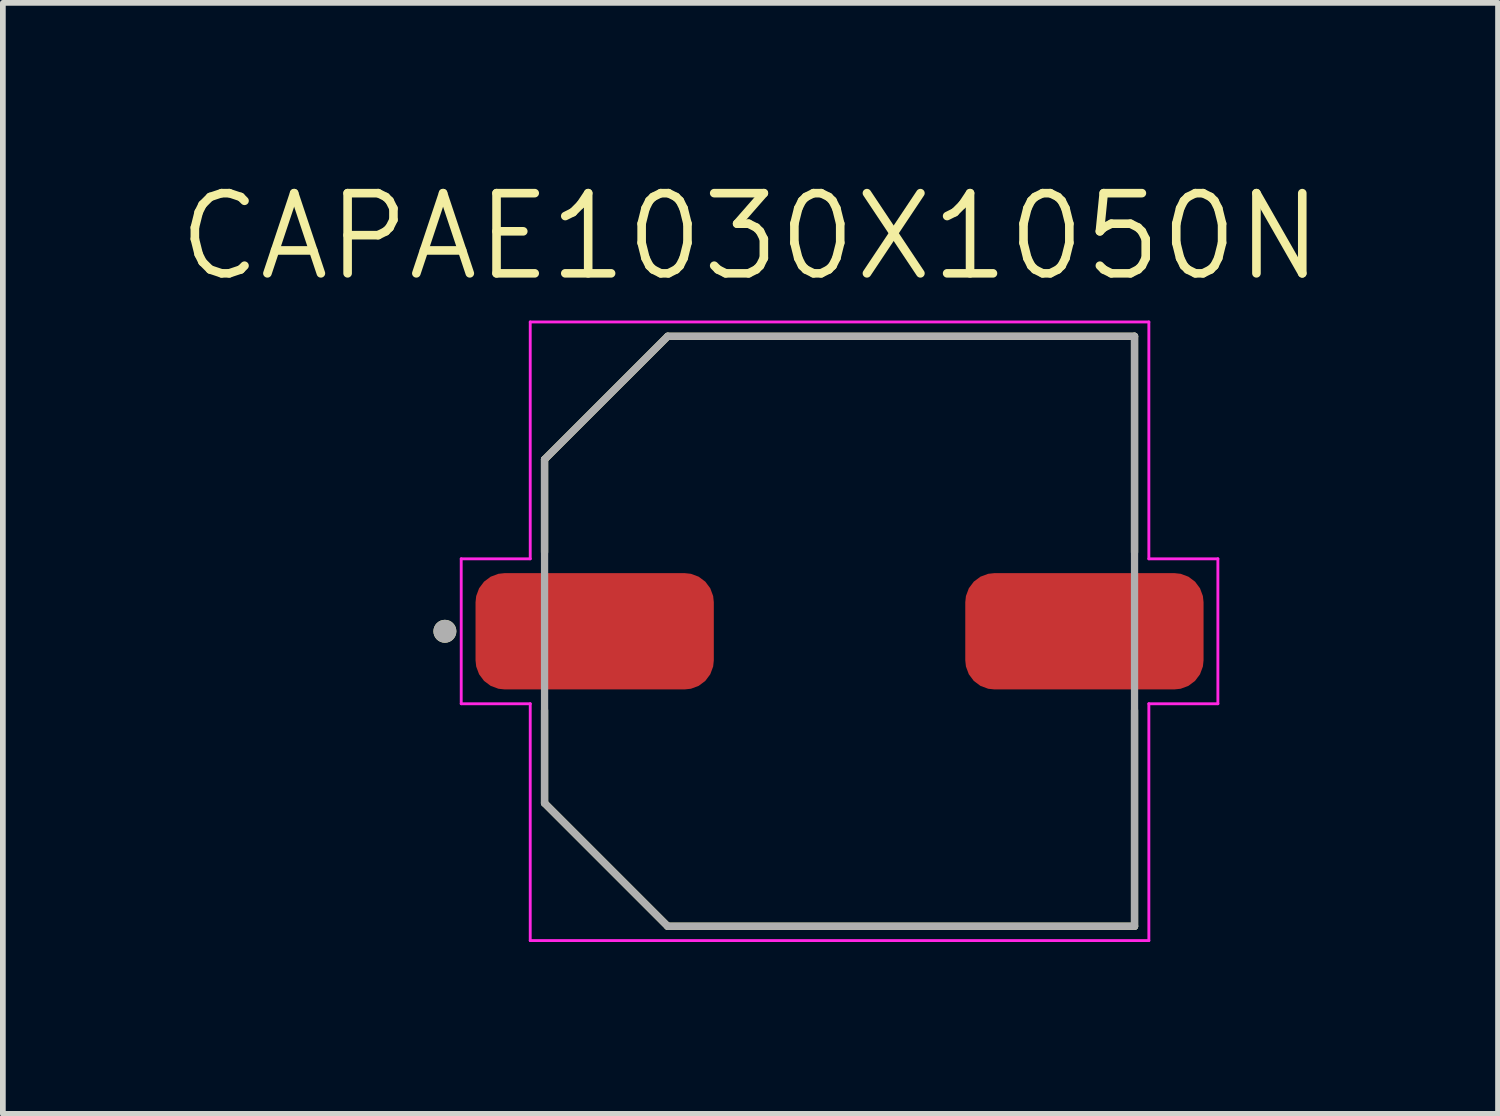
<source format=kicad_pcb>
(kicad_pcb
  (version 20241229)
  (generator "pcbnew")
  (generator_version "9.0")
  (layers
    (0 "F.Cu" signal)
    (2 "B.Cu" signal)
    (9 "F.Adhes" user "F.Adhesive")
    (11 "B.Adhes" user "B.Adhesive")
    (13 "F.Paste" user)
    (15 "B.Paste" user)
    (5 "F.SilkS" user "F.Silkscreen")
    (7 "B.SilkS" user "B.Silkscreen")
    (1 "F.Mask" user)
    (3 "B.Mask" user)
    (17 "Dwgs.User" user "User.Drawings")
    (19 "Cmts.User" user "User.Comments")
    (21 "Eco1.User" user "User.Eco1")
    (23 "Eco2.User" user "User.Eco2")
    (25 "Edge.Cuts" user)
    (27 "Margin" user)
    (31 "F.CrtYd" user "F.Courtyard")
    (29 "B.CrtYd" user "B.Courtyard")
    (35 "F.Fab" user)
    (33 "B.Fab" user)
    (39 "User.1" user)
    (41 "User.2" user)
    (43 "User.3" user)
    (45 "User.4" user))
  (footprint "CAPAE1030X1050N"
    (layer "F.Cu")
    (at 11.607 7.971)
    (property "Reference" "CAPAE1030X1050N" (at -1.555 -6.889 0) (layer "F.SilkS") (effects (font (size 1.4 1.4) (thickness 0.15))))
    (attr smd)
    (fp_line (start -5.15 -3) (end -5.15 -1.38) (stroke (width 0.127) (type solid)) (layer "F.SilkS"))
    (fp_line (start -5.15 1.38) (end -5.15 3) (stroke (width 0.127) (type solid)) (layer "F.SilkS"))
    (fp_line (start -5.15 3) (end -3 5.15) (stroke (width 0.127) (type solid)) (layer "F.SilkS"))
    (fp_line (start -3 -5.15) (end -5.15 -3) (stroke (width 0.127) (type solid)) (layer "F.SilkS"))
    (fp_line (start -3 5.15) (end 5.15 5.15) (stroke (width 0.127) (type solid)) (layer "F.SilkS"))
    (fp_line (start 5.15 -5.15) (end -3 -5.15) (stroke (width 0.127) (type solid)) (layer "F.SilkS"))
    (fp_line (start 5.15 -1.38) (end 5.15 -5.15) (stroke (width 0.127) (type solid)) (layer "F.SilkS"))
    (fp_line (start 5.15 5.15) (end 5.15 1.38) (stroke (width 0.127) (type solid)) (layer "F.SilkS"))
    (fp_circle (center -6.89 0) (end -6.79 0) (stroke (width 0.2) (type solid)) (fill no) (layer "F.SilkS"))
    (fp_line (start -6.605 -1.265) (end -6.605 1.265) (stroke (width 0.05) (type solid)) (layer "F.CrtYd"))
    (fp_line (start -6.605 1.265) (end -5.4 1.265) (stroke (width 0.05) (type solid)) (layer "F.CrtYd"))
    (fp_line (start -5.4 -5.4) (end -5.4 -1.265) (stroke (width 0.05) (type solid)) (layer "F.CrtYd"))
    (fp_line (start -5.4 -1.265) (end -6.605 -1.265) (stroke (width 0.05) (type solid)) (layer "F.CrtYd"))
    (fp_line (start -5.4 1.265) (end -5.4 5.4) (stroke (width 0.05) (type solid)) (layer "F.CrtYd"))
    (fp_line (start -5.4 5.4) (end 5.4 5.4) (stroke (width 0.05) (type solid)) (layer "F.CrtYd"))
    (fp_line (start 5.4 -5.4) (end -5.4 -5.4) (stroke (width 0.05) (type solid)) (layer "F.CrtYd"))
    (fp_line (start 5.4 -1.265) (end 5.4 -5.4) (stroke (width 0.05) (type solid)) (layer "F.CrtYd"))
    (fp_line (start 5.4 1.265) (end 6.605 1.265) (stroke (width 0.05) (type solid)) (layer "F.CrtYd"))
    (fp_line (start 5.4 5.4) (end 5.4 1.265) (stroke (width 0.05) (type solid)) (layer "F.CrtYd"))
    (fp_line (start 6.605 -1.265) (end 5.4 -1.265) (stroke (width 0.05) (type solid)) (layer "F.CrtYd"))
    (fp_line (start 6.605 1.265) (end 6.605 -1.265) (stroke (width 0.05) (type solid)) (layer "F.CrtYd"))
    (fp_line (start -5.15 -3) (end -5.15 3) (stroke (width 0.127) (type solid)) (layer "F.Fab"))
    (fp_line (start -5.15 3) (end -3 5.15) (stroke (width 0.127) (type solid)) (layer "F.Fab"))
    (fp_line (start -3 -5.15) (end -5.15 -3) (stroke (width 0.127) (type solid)) (layer "F.Fab"))
    (fp_line (start -3 5.15) (end 5.15 5.15) (stroke (width 0.127) (type solid)) (layer "F.Fab"))
    (fp_line (start 5.15 -5.15) (end -3 -5.15) (stroke (width 0.127) (type solid)) (layer "F.Fab"))
    (fp_line (start 5.15 5.15) (end 5.15 -5.15) (stroke (width 0.127) (type solid)) (layer "F.Fab"))
    (fp_circle (center -6.89 0) (end -6.79 0) (stroke (width 0.2) (type solid)) (fill no) (layer "F.Fab"))
    (pad "1" smd roundrect (at -4.275 0) (size 4.16 2.03) (layers "F.Cu" "F.Mask" "F.Paste") (roundrect_rratio 0.25))
    (pad "2" smd roundrect (at 4.275 0) (size 4.16 2.03) (layers "F.Cu" "F.Mask" "F.Paste") (roundrect_rratio 0.25)))
  (gr_rect
    (start -3 -3)
    (end 23.103 16.396)
    (stroke (width 0.1) (type default))
    (fill no)
    (layer "Edge.Cuts")))
</source>
